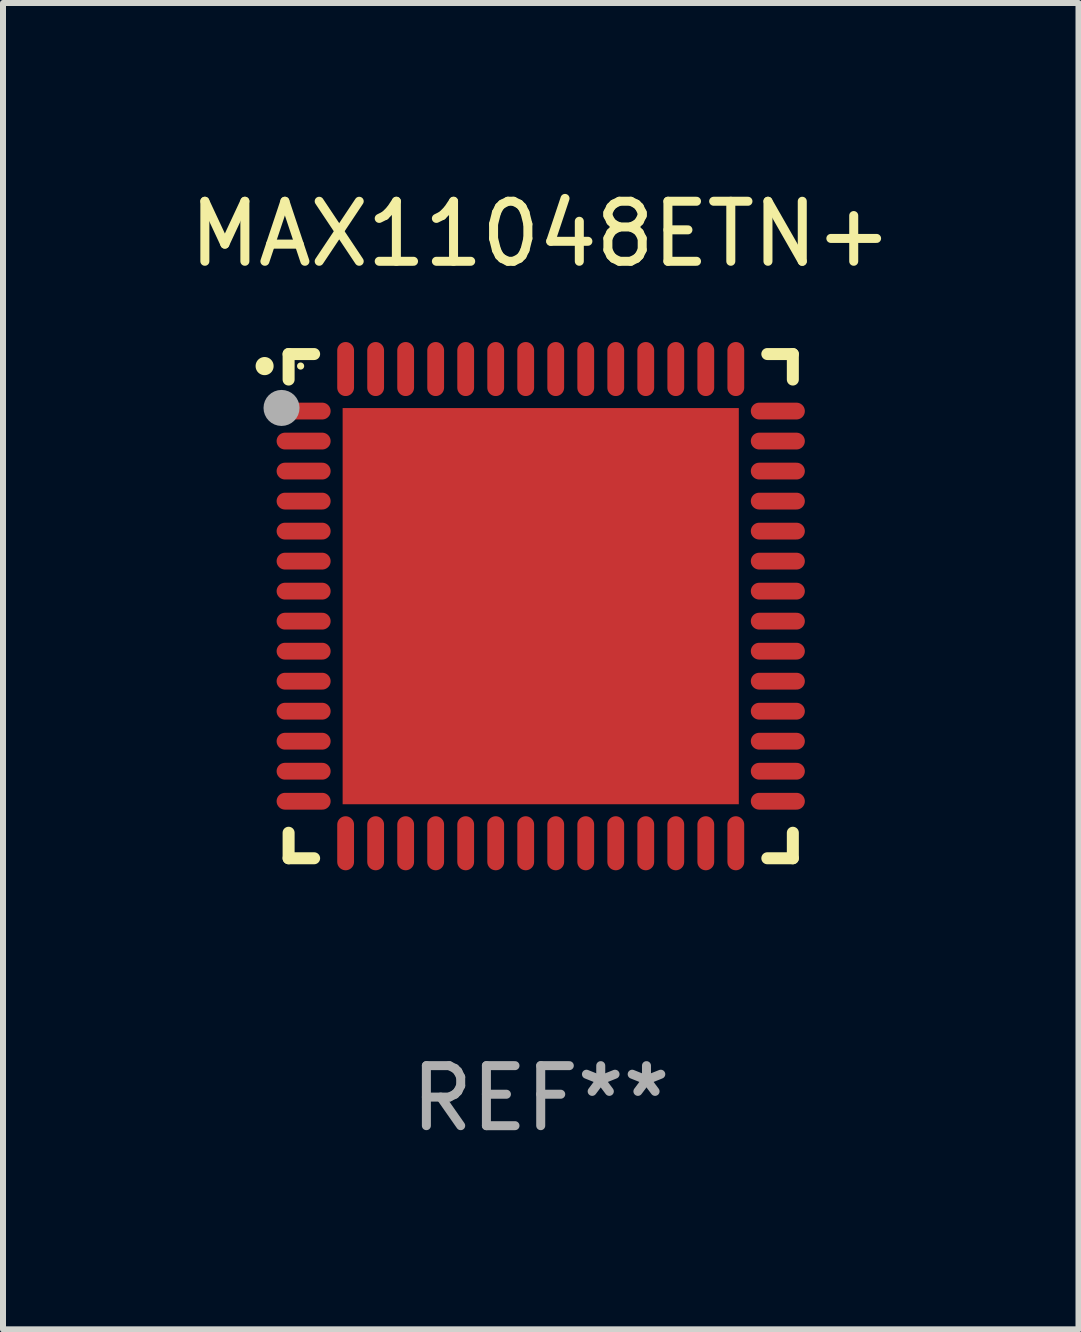
<source format=kicad_pcb>
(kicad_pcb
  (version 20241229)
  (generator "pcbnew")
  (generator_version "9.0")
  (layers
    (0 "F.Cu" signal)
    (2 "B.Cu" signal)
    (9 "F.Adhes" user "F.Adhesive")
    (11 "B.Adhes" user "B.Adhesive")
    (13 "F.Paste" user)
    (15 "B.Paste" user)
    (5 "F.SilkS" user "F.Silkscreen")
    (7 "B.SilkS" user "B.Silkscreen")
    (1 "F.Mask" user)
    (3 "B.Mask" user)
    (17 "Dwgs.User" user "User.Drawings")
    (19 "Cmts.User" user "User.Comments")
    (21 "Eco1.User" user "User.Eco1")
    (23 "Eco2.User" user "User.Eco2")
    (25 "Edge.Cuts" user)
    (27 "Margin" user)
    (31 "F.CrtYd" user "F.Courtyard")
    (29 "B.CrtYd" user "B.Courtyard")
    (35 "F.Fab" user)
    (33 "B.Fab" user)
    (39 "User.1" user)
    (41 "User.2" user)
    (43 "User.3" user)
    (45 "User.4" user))
  (footprint "MAX11048ETN+"
    (layer "F.Cu")
    (at 5.958 7.048)
    (property "Reference" "MAX11048ETN+" (at 0 -6.2 0) (layer "F.SilkS") (effects (font (size 1 1) (thickness 0.15))))
    (attr through_hole)
    (fp_line (start -4.2 -4.2) (end -3.775 -4.2) (stroke (width 0.2) (type solid)) (layer "F.SilkS"))
    (fp_line (start -4.2 -3.775) (end -4.2 -4.2) (stroke (width 0.2) (type solid)) (layer "F.SilkS"))
    (fp_line (start -4.2 3.775) (end -4.2 4.2) (stroke (width 0.2) (type solid)) (layer "F.SilkS"))
    (fp_line (start -4.2 4.2) (end -3.775 4.2) (stroke (width 0.2) (type solid)) (layer "F.SilkS"))
    (fp_line (start 3.775 4.2) (end 4.2 4.2) (stroke (width 0.2) (type solid)) (layer "F.SilkS"))
    (fp_line (start 4.2 -4.2) (end 3.775 -4.2) (stroke (width 0.2) (type solid)) (layer "F.SilkS"))
    (fp_line (start 4.2 -3.775) (end 4.2 -4.2) (stroke (width 0.2) (type solid)) (layer "F.SilkS"))
    (fp_line (start 4.2 4.2) (end 4.2 3.775) (stroke (width 0.2) (type solid)) (layer "F.SilkS"))
    (fp_arc (start -4.599949 -3.997968) (mid -4.599954 -3.999238) (end -4.599949 -4.000508) (stroke (width 0.3) (type solid)) (layer "F.SilkS"))
    (fp_circle (center -4 -4) (end -3.97 -4) (stroke (width 0.06) (type solid)) (fill no) (layer "F.SilkS"))
    (fp_circle (center -4.318 -3.302) (end -4.168 -3.302) (stroke (width 0.3) (type solid)) (fill no) (layer "F.Fab"))
    (fp_text user "REF**" (at 0 8.2 0) (layer "F.Fab") (effects (font (size 1 1) (thickness 0.15))))
    (pad "1" smd oval (at -3.95 -3.25 90) (size 0.28 0.9) (layers "F.Cu" "F.Mask" "F.Paste"))
    (pad "2" smd oval (at -3.95 -2.75 90) (size 0.28 0.9) (layers "F.Cu" "F.Mask" "F.Paste"))
    (pad "3" smd oval (at -3.95 -2.25 90) (size 0.28 0.9) (layers "F.Cu" "F.Mask" "F.Paste"))
    (pad "4" smd oval (at -3.95 -1.75 90) (size 0.28 0.9) (layers "F.Cu" "F.Mask" "F.Paste"))
    (pad "5" smd oval (at -3.95 -1.25 90) (size 0.28 0.9) (layers "F.Cu" "F.Mask" "F.Paste"))
    (pad "6" smd oval (at -3.95 -0.75 90) (size 0.28 0.9) (layers "F.Cu" "F.Mask" "F.Paste"))
    (pad "7" smd oval (at -3.95 -0.25 90) (size 0.28 0.9) (layers "F.Cu" "F.Mask" "F.Paste"))
    (pad "8" smd oval (at -3.95 0.25 90) (size 0.28 0.9) (layers "F.Cu" "F.Mask" "F.Paste"))
    (pad "9" smd oval (at -3.95 0.75 90) (size 0.28 0.9) (layers "F.Cu" "F.Mask" "F.Paste"))
    (pad "10" smd oval (at -3.95 1.25 90) (size 0.28 0.9) (layers "F.Cu" "F.Mask" "F.Paste"))
    (pad "11" smd oval (at -3.95 1.75 90) (size 0.28 0.9) (layers "F.Cu" "F.Mask" "F.Paste"))
    (pad "12" smd oval (at -3.95 2.25 90) (size 0.28 0.9) (layers "F.Cu" "F.Mask" "F.Paste"))
    (pad "13" smd oval (at -3.95 2.75 90) (size 0.28 0.9) (layers "F.Cu" "F.Mask" "F.Paste"))
    (pad "14" smd oval (at -3.95 3.25 90) (size 0.28 0.9) (layers "F.Cu" "F.Mask" "F.Paste"))
    (pad "15" smd oval (at -3.25 3.95) (size 0.28 0.9) (layers "F.Cu" "F.Mask" "F.Paste"))
    (pad "16" smd oval (at -2.75 3.95) (size 0.28 0.9) (layers "F.Cu" "F.Mask" "F.Paste"))
    (pad "17" smd oval (at -2.25 3.95) (size 0.28 0.9) (layers "F.Cu" "F.Mask" "F.Paste"))
    (pad "18" smd oval (at -1.75 3.95) (size 0.28 0.9) (layers "F.Cu" "F.Mask" "F.Paste"))
    (pad "19" smd oval (at -1.25 3.95) (size 0.28 0.9) (layers "F.Cu" "F.Mask" "F.Paste"))
    (pad "20" smd oval (at -0.75 3.95) (size 0.28 0.9) (layers "F.Cu" "F.Mask" "F.Paste"))
    (pad "21" smd oval (at -0.25 3.95) (size 0.28 0.9) (layers "F.Cu" "F.Mask" "F.Paste"))
    (pad "22" smd oval (at 0.25 3.95) (size 0.28 0.9) (layers "F.Cu" "F.Mask" "F.Paste"))
    (pad "23" smd oval (at 0.75 3.95) (size 0.28 0.9) (layers "F.Cu" "F.Mask" "F.Paste"))
    (pad "24" smd oval (at 1.25 3.95) (size 0.28 0.9) (layers "F.Cu" "F.Mask" "F.Paste"))
    (pad "25" smd oval (at 1.75 3.95) (size 0.28 0.9) (layers "F.Cu" "F.Mask" "F.Paste"))
    (pad "26" smd oval (at 2.25 3.95) (size 0.28 0.9) (layers "F.Cu" "F.Mask" "F.Paste"))
    (pad "27" smd oval (at 2.75 3.95) (size 0.28 0.9) (layers "F.Cu" "F.Mask" "F.Paste"))
    (pad "28" smd oval (at 3.25 3.95) (size 0.28 0.9) (layers "F.Cu" "F.Mask" "F.Paste"))
    (pad "29" smd oval (at 3.95 3.25 90) (size 0.28 0.9) (layers "F.Cu" "F.Mask" "F.Paste"))
    (pad "30" smd oval (at 3.95 2.75 90) (size 0.28 0.9) (layers "F.Cu" "F.Mask" "F.Paste"))
    (pad "31" smd oval (at 3.95 2.25 90) (size 0.28 0.9) (layers "F.Cu" "F.Mask" "F.Paste"))
    (pad "32" smd oval (at 3.95 1.75 90) (size 0.28 0.9) (layers "F.Cu" "F.Mask" "F.Paste"))
    (pad "33" smd oval (at 3.95 1.25 90) (size 0.28 0.9) (layers "F.Cu" "F.Mask" "F.Paste"))
    (pad "34" smd oval (at 3.95 0.75 90) (size 0.28 0.9) (layers "F.Cu" "F.Mask" "F.Paste"))
    (pad "35" smd oval (at 3.95 0.25 90) (size 0.28 0.9) (layers "F.Cu" "F.Mask" "F.Paste"))
    (pad "36" smd oval (at 3.95 -0.25 90) (size 0.28 0.9) (layers "F.Cu" "F.Mask" "F.Paste"))
    (pad "37" smd oval (at 3.95 -0.75 90) (size 0.28 0.9) (layers "F.Cu" "F.Mask" "F.Paste"))
    (pad "38" smd oval (at 3.95 -1.25 90) (size 0.28 0.9) (layers "F.Cu" "F.Mask" "F.Paste"))
    (pad "39" smd oval (at 3.95 -1.75 90) (size 0.28 0.9) (layers "F.Cu" "F.Mask" "F.Paste"))
    (pad "40" smd oval (at 3.95 -2.25 90) (size 0.28 0.9) (layers "F.Cu" "F.Mask" "F.Paste"))
    (pad "41" smd oval (at 3.95 -2.75 90) (size 0.28 0.9) (layers "F.Cu" "F.Mask" "F.Paste"))
    (pad "42" smd oval (at 3.95 -3.25 90) (size 0.28 0.9) (layers "F.Cu" "F.Mask" "F.Paste"))
    (pad "43" smd oval (at 3.25 -3.95) (size 0.28 0.9) (layers "F.Cu" "F.Mask" "F.Paste"))
    (pad "44" smd oval (at 2.75 -3.95) (size 0.28 0.9) (layers "F.Cu" "F.Mask" "F.Paste"))
    (pad "45" smd oval (at 2.25 -3.95) (size 0.28 0.9) (layers "F.Cu" "F.Mask" "F.Paste"))
    (pad "46" smd oval (at 1.75 -3.95) (size 0.28 0.9) (layers "F.Cu" "F.Mask" "F.Paste"))
    (pad "47" smd oval (at 1.25 -3.95) (size 0.28 0.9) (layers "F.Cu" "F.Mask" "F.Paste"))
    (pad "48" smd oval (at 0.75 -3.95) (size 0.28 0.9) (layers "F.Cu" "F.Mask" "F.Paste"))
    (pad "49" smd oval (at 0.25 -3.95) (size 0.28 0.9) (layers "F.Cu" "F.Mask" "F.Paste"))
    (pad "50" smd oval (at -0.25 -3.95) (size 0.28 0.9) (layers "F.Cu" "F.Mask" "F.Paste"))
    (pad "51" smd oval (at -0.75 -3.95) (size 0.28 0.9) (layers "F.Cu" "F.Mask" "F.Paste"))
    (pad "52" smd oval (at -1.25 -3.95) (size 0.28 0.9) (layers "F.Cu" "F.Mask" "F.Paste"))
    (pad "53" smd oval (at -1.75 -3.95) (size 0.28 0.9) (layers "F.Cu" "F.Mask" "F.Paste"))
    (pad "54" smd oval (at -2.25 -3.95) (size 0.28 0.9) (layers "F.Cu" "F.Mask" "F.Paste"))
    (pad "55" smd oval (at -2.75 -3.95) (size 0.28 0.9) (layers "F.Cu" "F.Mask" "F.Paste"))
    (pad "56" smd oval (at -3.25 -3.95) (size 0.28 0.9) (layers "F.Cu" "F.Mask" "F.Paste"))
    (pad "57" smd rect (at 0 0.000051) (size 6.6 6.6) (layers "F.Cu" "F.Mask" "F.Paste")))
  (gr_rect
    (start -3 -3)
    (end 14.917 19.096)
    (stroke (width 0.1) (type default))
    (fill no)
    (layer "Edge.Cuts")))
</source>
